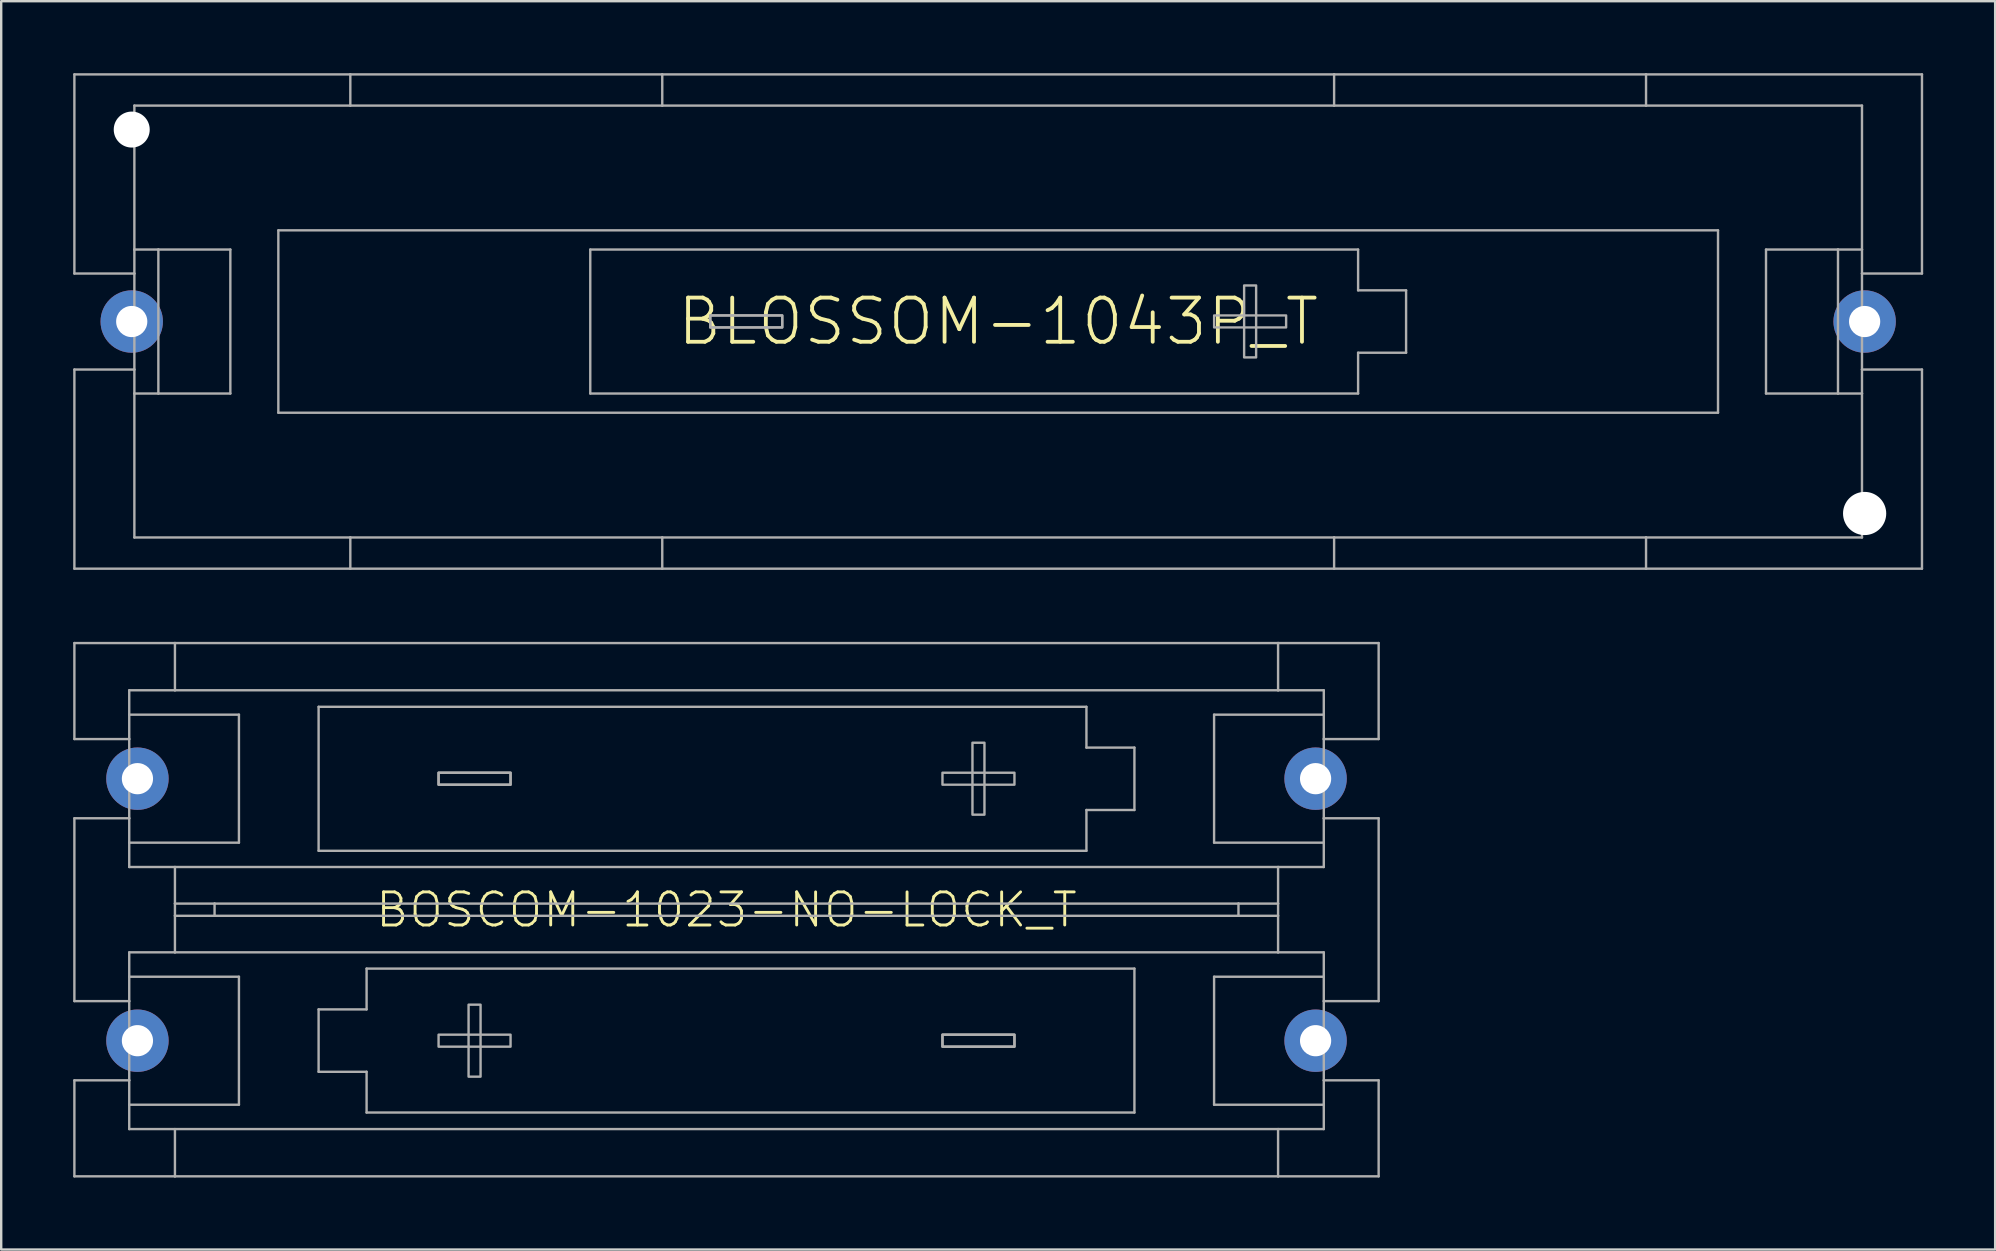
<source format=kicad_pcb>
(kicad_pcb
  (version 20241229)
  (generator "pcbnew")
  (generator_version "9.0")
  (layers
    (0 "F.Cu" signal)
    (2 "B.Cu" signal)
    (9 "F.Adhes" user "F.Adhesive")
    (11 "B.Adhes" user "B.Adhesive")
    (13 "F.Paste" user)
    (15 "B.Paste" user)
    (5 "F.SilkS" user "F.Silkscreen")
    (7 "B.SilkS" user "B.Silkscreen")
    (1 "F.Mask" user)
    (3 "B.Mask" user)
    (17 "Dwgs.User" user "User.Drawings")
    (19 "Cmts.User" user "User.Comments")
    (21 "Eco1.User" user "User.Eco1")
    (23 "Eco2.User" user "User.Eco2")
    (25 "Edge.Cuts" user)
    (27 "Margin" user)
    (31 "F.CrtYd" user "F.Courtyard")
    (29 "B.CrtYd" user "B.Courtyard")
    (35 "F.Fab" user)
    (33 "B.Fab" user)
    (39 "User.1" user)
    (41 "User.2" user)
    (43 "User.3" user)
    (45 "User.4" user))
  (footprint "BLOSSOM-1043P_T"
    (layer "F.Cu")
    (at 38.55 10.35)
    (property "Reference" "BLOSSOM-1043P_T" (at 0 0 0) (unlocked yes) (layer "F.SilkS") (effects (font (size 1.84 1.84) (thickness 0.16))))
    (fp_line (start -38.5 -10.3) (end -38.5 -2) (stroke (width 0.1) (type solid)) (layer "F.Fab"))
    (fp_line (start -38.5 -10.3) (end -27 -10.3) (stroke (width 0.1) (type solid)) (layer "F.Fab"))
    (fp_line (start -38.5 -2) (end -36 -2) (stroke (width 0.1) (type solid)) (layer "F.Fab"))
    (fp_line (start -38.5 2) (end -36 2) (stroke (width 0.1) (type solid)) (layer "F.Fab"))
    (fp_line (start -38.5 10.3) (end -38.5 2) (stroke (width 0.1) (type solid)) (layer "F.Fab"))
    (fp_line (start -38.5 10.3) (end -27 10.3) (stroke (width 0.1) (type solid)) (layer "F.Fab"))
    (fp_line (start -36 -3) (end -36 -9) (stroke (width 0.1) (type solid)) (layer "F.Fab"))
    (fp_line (start -36 -2) (end -36 -3) (stroke (width 0.1) (type solid)) (layer "F.Fab"))
    (fp_line (start -36 2) (end -36 -2) (stroke (width 0.1) (type solid)) (layer "F.Fab"))
    (fp_line (start -36 2) (end -36 3) (stroke (width 0.1) (type solid)) (layer "F.Fab"))
    (fp_line (start -36 3) (end -36 9) (stroke (width 0.1) (type solid)) (layer "F.Fab"))
    (fp_line (start -35 -3) (end -36 -3) (stroke (width 0.1) (type solid)) (layer "F.Fab"))
    (fp_line (start -35 3) (end -36 3) (stroke (width 0.1) (type solid)) (layer "F.Fab"))
    (fp_line (start -35 3) (end -35 -3) (stroke (width 0.1) (type solid)) (layer "F.Fab"))
    (fp_line (start -35 3) (end -32 3) (stroke (width 0.1) (type solid)) (layer "F.Fab"))
    (fp_line (start -32 -3) (end -35 -3) (stroke (width 0.1) (type solid)) (layer "F.Fab"))
    (fp_line (start -32 3) (end -32 -3) (stroke (width 0.1) (type solid)) (layer "F.Fab"))
    (fp_line (start -30 -3.8) (end -30 3.8) (stroke (width 0.1) (type solid)) (layer "F.Fab"))
    (fp_line (start -30 3.8) (end 30 3.8) (stroke (width 0.1) (type solid)) (layer "F.Fab"))
    (fp_line (start -27 -10.3) (end -27 -9) (stroke (width 0.1) (type solid)) (layer "F.Fab"))
    (fp_line (start -27 -10.3) (end -14 -10.3) (stroke (width 0.1) (type solid)) (layer "F.Fab"))
    (fp_line (start -27 -9) (end -36 -9) (stroke (width 0.1) (type solid)) (layer "F.Fab"))
    (fp_line (start -27 9) (end -36 9) (stroke (width 0.1) (type solid)) (layer "F.Fab"))
    (fp_line (start -27 9) (end -27 10.3) (stroke (width 0.1) (type solid)) (layer "F.Fab"))
    (fp_line (start -27 10.3) (end -14 10.3) (stroke (width 0.1) (type solid)) (layer "F.Fab"))
    (fp_line (start -17 -3) (end -17 3) (stroke (width 0.1) (type solid)) (layer "F.Fab"))
    (fp_line (start -17 -3) (end 15 -3) (stroke (width 0.1) (type solid)) (layer "F.Fab"))
    (fp_line (start -17 3) (end 15 3) (stroke (width 0.1) (type solid)) (layer "F.Fab"))
    (fp_line (start -14 -10.3) (end 14 -10.3) (stroke (width 0.1) (type solid)) (layer "F.Fab"))
    (fp_line (start -14 -9) (end -27 -9) (stroke (width 0.1) (type solid)) (layer "F.Fab"))
    (fp_line (start -14 -9) (end -14 -10.3) (stroke (width 0.1) (type solid)) (layer "F.Fab"))
    (fp_line (start -14 9) (end -27 9) (stroke (width 0.1) (type solid)) (layer "F.Fab"))
    (fp_line (start -14 9) (end -14 10.3) (stroke (width 0.1) (type solid)) (layer "F.Fab"))
    (fp_line (start -14 10.3) (end 14 10.3) (stroke (width 0.1) (type solid)) (layer "F.Fab"))
    (fp_line (start 14 -10.3) (end 14 -9) (stroke (width 0.1) (type solid)) (layer "F.Fab"))
    (fp_line (start 14 -10.3) (end 27 -10.3) (stroke (width 0.1) (type solid)) (layer "F.Fab"))
    (fp_line (start 14 -9) (end -14 -9) (stroke (width 0.1) (type solid)) (layer "F.Fab"))
    (fp_line (start 14 9) (end -14 9) (stroke (width 0.1) (type solid)) (layer "F.Fab"))
    (fp_line (start 14 9) (end 14 10.3) (stroke (width 0.1) (type solid)) (layer "F.Fab"))
    (fp_line (start 14 10.3) (end 27 10.3) (stroke (width 0.1) (type solid)) (layer "F.Fab"))
    (fp_line (start 15 -3) (end 15 -1.3) (stroke (width 0.1) (type solid)) (layer "F.Fab"))
    (fp_line (start 15 1.3) (end 17 1.3) (stroke (width 0.1) (type solid)) (layer "F.Fab"))
    (fp_line (start 15 3) (end 15 1.3) (stroke (width 0.1) (type solid)) (layer "F.Fab"))
    (fp_line (start 17 -1.3) (end 15 -1.3) (stroke (width 0.1) (type solid)) (layer "F.Fab"))
    (fp_line (start 17 1.3) (end 17 -1.3) (stroke (width 0.1) (type solid)) (layer "F.Fab"))
    (fp_line (start 27 -10.3) (end 27 -9) (stroke (width 0.1) (type solid)) (layer "F.Fab"))
    (fp_line (start 27 -10.3) (end 38.5 -10.3) (stroke (width 0.1) (type solid)) (layer "F.Fab"))
    (fp_line (start 27 -9) (end 14 -9) (stroke (width 0.1) (type solid)) (layer "F.Fab"))
    (fp_line (start 27 9) (end 14 9) (stroke (width 0.1) (type solid)) (layer "F.Fab"))
    (fp_line (start 27 9) (end 27 10.3) (stroke (width 0.1) (type solid)) (layer "F.Fab"))
    (fp_line (start 27 10.3) (end 38.5 10.3) (stroke (width 0.1) (type solid)) (layer "F.Fab"))
    (fp_line (start 30 -3.8) (end -30 -3.8) (stroke (width 0.1) (type solid)) (layer "F.Fab"))
    (fp_line (start 30 3.8) (end 30 -3.8) (stroke (width 0.1) (type solid)) (layer "F.Fab"))
    (fp_line (start 32 -3) (end 32 3) (stroke (width 0.1) (type solid)) (layer "F.Fab"))
    (fp_line (start 32 3) (end 35 3) (stroke (width 0.1) (type solid)) (layer "F.Fab"))
    (fp_line (start 35 -3) (end 32 -3) (stroke (width 0.1) (type solid)) (layer "F.Fab"))
    (fp_line (start 35 -3) (end 36 -3) (stroke (width 0.1) (type solid)) (layer "F.Fab"))
    (fp_line (start 35 3) (end 35 -3) (stroke (width 0.1) (type solid)) (layer "F.Fab"))
    (fp_line (start 35 3) (end 36 3) (stroke (width 0.1) (type solid)) (layer "F.Fab"))
    (fp_line (start 36 -9) (end 27 -9) (stroke (width 0.1) (type solid)) (layer "F.Fab"))
    (fp_line (start 36 -3) (end 36 -9) (stroke (width 0.1) (type solid)) (layer "F.Fab"))
    (fp_line (start 36 -2) (end 36 -3) (stroke (width 0.1) (type solid)) (layer "F.Fab"))
    (fp_line (start 36 2) (end 36 -2) (stroke (width 0.1) (type solid)) (layer "F.Fab"))
    (fp_line (start 36 2) (end 36 3) (stroke (width 0.1) (type solid)) (layer "F.Fab"))
    (fp_line (start 36 3) (end 36 9) (stroke (width 0.1) (type solid)) (layer "F.Fab"))
    (fp_line (start 36 9) (end 27 9) (stroke (width 0.1) (type solid)) (layer "F.Fab"))
    (fp_line (start 38.5 -10.3) (end 38.5 -2) (stroke (width 0.1) (type solid)) (layer "F.Fab"))
    (fp_line (start 38.5 -2) (end 36 -2) (stroke (width 0.1) (type solid)) (layer "F.Fab"))
    (fp_line (start 38.5 2) (end 36 2) (stroke (width 0.1) (type solid)) (layer "F.Fab"))
    (fp_line (start 38.5 2) (end 38.5 10.3) (stroke (width 0.1) (type solid)) (layer "F.Fab"))
    (fp_poly (pts (xy -9 -0.254) (xy -12 -0.254) (xy -12 0.246) (xy -9 0.246)) (stroke (width 0.1) (type default)) (fill no) (layer "F.Fab"))
    (fp_poly (pts (xy -9 -0.254) (xy -12 -0.254) (xy -12 0.246) (xy -9 0.246)) (stroke (width 0.1) (type default)) (fill no) (layer "F.Fab"))
    (fp_poly (pts (xy 10.75 -1.504) (xy 10.25 -1.504) (xy 10.25 1.496) (xy 10.75 1.496)) (stroke (width 0.1) (type default)) (fill no) (layer "F.Fab"))
    (fp_poly (pts (xy 12 -0.254) (xy 9 -0.254) (xy 9 0.246) (xy 12 0.246)) (stroke (width 0.1) (type default)) (fill no) (layer "F.Fab"))
    (pad "" np_thru_hole circle (at -36.11 -8) (size 1.5 1.5) (drill 1.5) (layers "*.Cu" "*.Mask"))
    (pad "" np_thru_hole circle (at 36.11 8) (size 1.8 1.8) (drill 1.8) (layers "*.Cu" "*.Mask"))
    (pad "M" thru_hole circle (at -36.11 0) (size 2.6 2.6) (drill 1.3) (layers "*.Cu" "*.Mask"))
    (pad "P" thru_hole circle (at 36.11 0) (size 2.6 2.6) (drill 1.3) (layers "*.Cu" "*.Mask")))
  (footprint "BOSCOM-1023-NO-LOCK_T"
    (layer "F.Cu")
    (at 27.228 34.862)
    (property "Reference" "BOSCOM-1023-NO-LOCK_T" (at 0 0.006 0) (unlocked yes) (layer "F.SilkS") (effects (font (size 1.38 1.38) (thickness 0.12))))
    (fp_line (start -27.178 -11.113) (end -22.987 -11.113) (stroke (width 0.1) (type solid)) (layer "F.Fab"))
    (fp_line (start -27.178 -7.112) (end -27.178 -11.113) (stroke (width 0.1) (type solid)) (layer "F.Fab"))
    (fp_line (start -27.178 -7.112) (end -24.892 -7.112) (stroke (width 0.1) (type solid)) (layer "F.Fab"))
    (fp_line (start -27.178 -3.81) (end -24.892 -3.81) (stroke (width 0.1) (type solid)) (layer "F.Fab"))
    (fp_line (start -27.178 3.81) (end -27.178 -3.81) (stroke (width 0.1) (type solid)) (layer "F.Fab"))
    (fp_line (start -27.178 3.81) (end -24.892 3.81) (stroke (width 0.1) (type solid)) (layer "F.Fab"))
    (fp_line (start -27.178 7.112) (end -27.178 11.113) (stroke (width 0.1) (type solid)) (layer "F.Fab"))
    (fp_line (start -27.178 7.112) (end -24.892 7.112) (stroke (width 0.1) (type solid)) (layer "F.Fab"))
    (fp_line (start -24.892 -9.144) (end -22.987 -9.144) (stroke (width 0.1) (type solid)) (layer "F.Fab"))
    (fp_line (start -24.892 -8.128) (end -24.892 -9.144) (stroke (width 0.1) (type solid)) (layer "F.Fab"))
    (fp_line (start -24.892 -7.112) (end -24.892 -8.128) (stroke (width 0.1) (type solid)) (layer "F.Fab"))
    (fp_line (start -24.892 -7.112) (end -24.892 -3.81) (stroke (width 0.1) (type solid)) (layer "F.Fab"))
    (fp_line (start -24.892 -3.81) (end -24.892 -2.794) (stroke (width 0.1) (type solid)) (layer "F.Fab"))
    (fp_line (start -24.892 -2.794) (end -24.892 -1.778) (stroke (width 0.1) (type solid)) (layer "F.Fab"))
    (fp_line (start -24.892 -2.794) (end -20.32 -2.794) (stroke (width 0.1) (type solid)) (layer "F.Fab"))
    (fp_line (start -24.892 -1.778) (end -22.987 -1.778) (stroke (width 0.1) (type solid)) (layer "F.Fab"))
    (fp_line (start -24.892 2.794) (end -24.892 1.778) (stroke (width 0.1) (type solid)) (layer "F.Fab"))
    (fp_line (start -24.892 3.81) (end -24.892 2.794) (stroke (width 0.1) (type solid)) (layer "F.Fab"))
    (fp_line (start -24.892 3.81) (end -24.892 7.112) (stroke (width 0.1) (type solid)) (layer "F.Fab"))
    (fp_line (start -24.892 7.112) (end -24.892 8.128) (stroke (width 0.1) (type solid)) (layer "F.Fab"))
    (fp_line (start -24.892 8.128) (end -24.892 9.144) (stroke (width 0.1) (type solid)) (layer "F.Fab"))
    (fp_line (start -24.892 8.128) (end -20.32 8.128) (stroke (width 0.1) (type solid)) (layer "F.Fab"))
    (fp_line (start -22.987 -11.113) (end 22.987 -11.113) (stroke (width 0.1) (type solid)) (layer "F.Fab"))
    (fp_line (start -22.987 -9.144) (end -22.987 -11.113) (stroke (width 0.1) (type solid)) (layer "F.Fab"))
    (fp_line (start -22.987 -9.144) (end 22.987 -9.144) (stroke (width 0.1) (type solid)) (layer "F.Fab"))
    (fp_line (start -22.987 -1.778) (end 22.987 -1.778) (stroke (width 0.1) (type solid)) (layer "F.Fab"))
    (fp_line (start -22.987 -0.254) (end -22.987 -1.778) (stroke (width 0.1) (type solid)) (layer "F.Fab"))
    (fp_line (start -22.987 -0.254) (end -21.336 -0.254) (stroke (width 0.1) (type solid)) (layer "F.Fab"))
    (fp_line (start -22.987 0.254) (end -22.987 -0.254) (stroke (width 0.1) (type solid)) (layer "F.Fab"))
    (fp_line (start -22.987 1.778) (end -24.892 1.778) (stroke (width 0.1) (type solid)) (layer "F.Fab"))
    (fp_line (start -22.987 1.778) (end -22.987 0.254) (stroke (width 0.1) (type solid)) (layer "F.Fab"))
    (fp_line (start -22.987 9.144) (end -24.892 9.144) (stroke (width 0.1) (type solid)) (layer "F.Fab"))
    (fp_line (start -22.987 9.144) (end -22.987 11.113) (stroke (width 0.1) (type solid)) (layer "F.Fab"))
    (fp_line (start -22.987 11.113) (end -27.178 11.113) (stroke (width 0.1) (type solid)) (layer "F.Fab"))
    (fp_line (start -21.336 -0.254) (end -21.336 0.254) (stroke (width 0.1) (type solid)) (layer "F.Fab"))
    (fp_line (start -21.336 -0.254) (end 21.336 -0.254) (stroke (width 0.1) (type solid)) (layer "F.Fab"))
    (fp_line (start -21.336 0.254) (end -22.987 0.254) (stroke (width 0.1) (type solid)) (layer "F.Fab"))
    (fp_line (start -20.32 -8.128) (end -24.892 -8.128) (stroke (width 0.1) (type solid)) (layer "F.Fab"))
    (fp_line (start -20.32 -2.794) (end -20.32 -8.128) (stroke (width 0.1) (type solid)) (layer "F.Fab"))
    (fp_line (start -20.32 2.794) (end -24.892 2.794) (stroke (width 0.1) (type solid)) (layer "F.Fab"))
    (fp_line (start -20.32 8.128) (end -20.32 2.794) (stroke (width 0.1) (type solid)) (layer "F.Fab"))
    (fp_line (start -17 -8.455) (end -17 -2.455) (stroke (width 0.1) (type solid)) (layer "F.Fab"))
    (fp_line (start -17 -8.455) (end 15 -8.455) (stroke (width 0.1) (type solid)) (layer "F.Fab"))
    (fp_line (start -17 -2.455) (end 15 -2.455) (stroke (width 0.1) (type solid)) (layer "F.Fab"))
    (fp_line (start -17 4.155) (end -17 6.755) (stroke (width 0.1) (type solid)) (layer "F.Fab"))
    (fp_line (start -17 6.755) (end -15 6.755) (stroke (width 0.1) (type solid)) (layer "F.Fab"))
    (fp_line (start -15 2.455) (end -15 4.155) (stroke (width 0.1) (type solid)) (layer "F.Fab"))
    (fp_line (start -15 4.155) (end -17 4.155) (stroke (width 0.1) (type solid)) (layer "F.Fab"))
    (fp_line (start -15 8.455) (end -15 6.755) (stroke (width 0.1) (type solid)) (layer "F.Fab"))
    (fp_line (start 15 -8.455) (end 15 -6.755) (stroke (width 0.1) (type solid)) (layer "F.Fab"))
    (fp_line (start 15 -4.155) (end 17 -4.155) (stroke (width 0.1) (type solid)) (layer "F.Fab"))
    (fp_line (start 15 -2.455) (end 15 -4.155) (stroke (width 0.1) (type solid)) (layer "F.Fab"))
    (fp_line (start 17 -6.755) (end 15 -6.755) (stroke (width 0.1) (type solid)) (layer "F.Fab"))
    (fp_line (start 17 -4.155) (end 17 -6.755) (stroke (width 0.1) (type solid)) (layer "F.Fab"))
    (fp_line (start 17 2.455) (end -15 2.455) (stroke (width 0.1) (type solid)) (layer "F.Fab"))
    (fp_line (start 17 8.455) (end -15 8.455) (stroke (width 0.1) (type solid)) (layer "F.Fab"))
    (fp_line (start 17 8.455) (end 17 2.455) (stroke (width 0.1) (type solid)) (layer "F.Fab"))
    (fp_line (start 20.32 -8.128) (end 20.32 -2.794) (stroke (width 0.1) (type solid)) (layer "F.Fab"))
    (fp_line (start 20.32 -2.794) (end 24.892 -2.794) (stroke (width 0.1) (type solid)) (layer "F.Fab"))
    (fp_line (start 20.32 2.794) (end 20.32 8.128) (stroke (width 0.1) (type solid)) (layer "F.Fab"))
    (fp_line (start 20.32 8.128) (end 24.892 8.128) (stroke (width 0.1) (type solid)) (layer "F.Fab"))
    (fp_line (start 21.336 -0.254) (end 21.336 0.254) (stroke (width 0.1) (type solid)) (layer "F.Fab"))
    (fp_line (start 21.336 -0.254) (end 22.987 -0.254) (stroke (width 0.1) (type solid)) (layer "F.Fab"))
    (fp_line (start 21.336 0.254) (end -21.336 0.254) (stroke (width 0.1) (type solid)) (layer "F.Fab"))
    (fp_line (start 22.987 -11.113) (end 22.987 -9.144) (stroke (width 0.1) (type solid)) (layer "F.Fab"))
    (fp_line (start 22.987 -11.113) (end 27.178 -11.113) (stroke (width 0.1) (type solid)) (layer "F.Fab"))
    (fp_line (start 22.987 -9.144) (end 24.892 -9.144) (stroke (width 0.1) (type solid)) (layer "F.Fab"))
    (fp_line (start 22.987 -1.778) (end 22.987 -0.254) (stroke (width 0.1) (type solid)) (layer "F.Fab"))
    (fp_line (start 22.987 -1.778) (end 24.892 -1.778) (stroke (width 0.1) (type solid)) (layer "F.Fab"))
    (fp_line (start 22.987 -0.254) (end 22.987 0.254) (stroke (width 0.1) (type solid)) (layer "F.Fab"))
    (fp_line (start 22.987 0.254) (end 21.336 0.254) (stroke (width 0.1) (type solid)) (layer "F.Fab"))
    (fp_line (start 22.987 0.254) (end 22.987 1.778) (stroke (width 0.1) (type solid)) (layer "F.Fab"))
    (fp_line (start 22.987 1.778) (end -22.987 1.778) (stroke (width 0.1) (type solid)) (layer "F.Fab"))
    (fp_line (start 22.987 9.144) (end -22.987 9.144) (stroke (width 0.1) (type solid)) (layer "F.Fab"))
    (fp_line (start 22.987 9.144) (end 22.987 11.113) (stroke (width 0.1) (type solid)) (layer "F.Fab"))
    (fp_line (start 22.987 11.113) (end -22.987 11.113) (stroke (width 0.1) (type solid)) (layer "F.Fab"))
    (fp_line (start 22.987 11.113) (end 27.178 11.113) (stroke (width 0.1) (type solid)) (layer "F.Fab"))
    (fp_line (start 24.892 -8.128) (end 20.32 -8.128) (stroke (width 0.1) (type solid)) (layer "F.Fab"))
    (fp_line (start 24.892 -8.128) (end 24.892 -9.144) (stroke (width 0.1) (type solid)) (layer "F.Fab"))
    (fp_line (start 24.892 -7.112) (end 24.892 -8.128) (stroke (width 0.1) (type solid)) (layer "F.Fab"))
    (fp_line (start 24.892 -7.112) (end 24.892 -3.81) (stroke (width 0.1) (type solid)) (layer "F.Fab"))
    (fp_line (start 24.892 -3.81) (end 24.892 -2.794) (stroke (width 0.1) (type solid)) (layer "F.Fab"))
    (fp_line (start 24.892 -2.794) (end 24.892 -1.778) (stroke (width 0.1) (type solid)) (layer "F.Fab"))
    (fp_line (start 24.892 1.778) (end 22.987 1.778) (stroke (width 0.1) (type solid)) (layer "F.Fab"))
    (fp_line (start 24.892 2.794) (end 20.32 2.794) (stroke (width 0.1) (type solid)) (layer "F.Fab"))
    (fp_line (start 24.892 2.794) (end 24.892 1.778) (stroke (width 0.1) (type solid)) (layer "F.Fab"))
    (fp_line (start 24.892 3.81) (end 24.892 2.794) (stroke (width 0.1) (type solid)) (layer "F.Fab"))
    (fp_line (start 24.892 7.112) (end 24.892 3.81) (stroke (width 0.1) (type solid)) (layer "F.Fab"))
    (fp_line (start 24.892 7.112) (end 24.892 8.128) (stroke (width 0.1) (type solid)) (layer "F.Fab"))
    (fp_line (start 24.892 8.128) (end 24.892 9.144) (stroke (width 0.1) (type solid)) (layer "F.Fab"))
    (fp_line (start 24.892 9.144) (end 22.987 9.144) (stroke (width 0.1) (type solid)) (layer "F.Fab"))
    (fp_line (start 27.178 -11.113) (end 27.178 -7.112) (stroke (width 0.1) (type solid)) (layer "F.Fab"))
    (fp_line (start 27.178 -7.112) (end 24.892 -7.112) (stroke (width 0.1) (type solid)) (layer "F.Fab"))
    (fp_line (start 27.178 -3.81) (end 24.892 -3.81) (stroke (width 0.1) (type solid)) (layer "F.Fab"))
    (fp_line (start 27.178 3.81) (end 24.892 3.81) (stroke (width 0.1) (type solid)) (layer "F.Fab"))
    (fp_line (start 27.178 3.81) (end 27.178 -3.81) (stroke (width 0.1) (type solid)) (layer "F.Fab"))
    (fp_line (start 27.178 7.112) (end 24.892 7.112) (stroke (width 0.1) (type solid)) (layer "F.Fab"))
    (fp_line (start 27.178 11.113) (end 27.178 7.112) (stroke (width 0.1) (type solid)) (layer "F.Fab"))
    (fp_poly (pts (xy -12 5.709) (xy -9 5.709) (xy -9 5.209) (xy -12 5.209)) (stroke (width 0.1) (type default)) (fill no) (layer "F.Fab"))
    (fp_poly (pts (xy -10.75 6.959) (xy -10.25 6.959) (xy -10.25 3.959) (xy -10.75 3.959)) (stroke (width 0.1) (type default)) (fill no) (layer "F.Fab"))
    (fp_poly (pts (xy -9 -5.709) (xy -12 -5.709) (xy -12 -5.209) (xy -9 -5.209)) (stroke (width 0.1) (type default)) (fill no) (layer "F.Fab"))
    (fp_poly (pts (xy -9 -5.709) (xy -12 -5.709) (xy -12 -5.209) (xy -9 -5.209)) (stroke (width 0.1) (type default)) (fill no) (layer "F.Fab"))
    (fp_poly (pts (xy 9 5.709) (xy 12 5.709) (xy 12 5.209) (xy 9 5.209)) (stroke (width 0.1) (type default)) (fill no) (layer "F.Fab"))
    (fp_poly (pts (xy 9 5.709) (xy 12 5.709) (xy 12 5.209) (xy 9 5.209)) (stroke (width 0.1) (type default)) (fill no) (layer "F.Fab"))
    (fp_poly (pts (xy 10.75 -6.959) (xy 10.25 -6.959) (xy 10.25 -3.959) (xy 10.75 -3.959)) (stroke (width 0.1) (type default)) (fill no) (layer "F.Fab"))
    (fp_poly (pts (xy 12 -5.709) (xy 9 -5.709) (xy 9 -5.209) (xy 12 -5.209)) (stroke (width 0.1) (type default)) (fill no) (layer "F.Fab"))
    (pad "M1" thru_hole circle (at 24.55 5.46) (size 2.6 2.6) (drill 1.3) (layers "*.Cu" "*.Mask"))
    (pad "M2" thru_hole circle (at -24.55 -5.46) (size 2.6 2.6) (drill 1.3) (layers "*.Cu" "*.Mask"))
    (pad "P1" thru_hole circle (at -24.55 5.46) (size 2.6 2.6) (drill 1.3) (layers "*.Cu" "*.Mask"))
    (pad "P2" thru_hole circle (at 24.55 -5.46) (size 2.6 2.6) (drill 1.3) (layers "*.Cu" "*.Mask")))
  (gr_rect
    (start -3 -3)
    (end 80.1 49.025)
    (stroke (width 0.1) (type default))
    (fill no)
    (layer "Edge.Cuts")))
</source>
